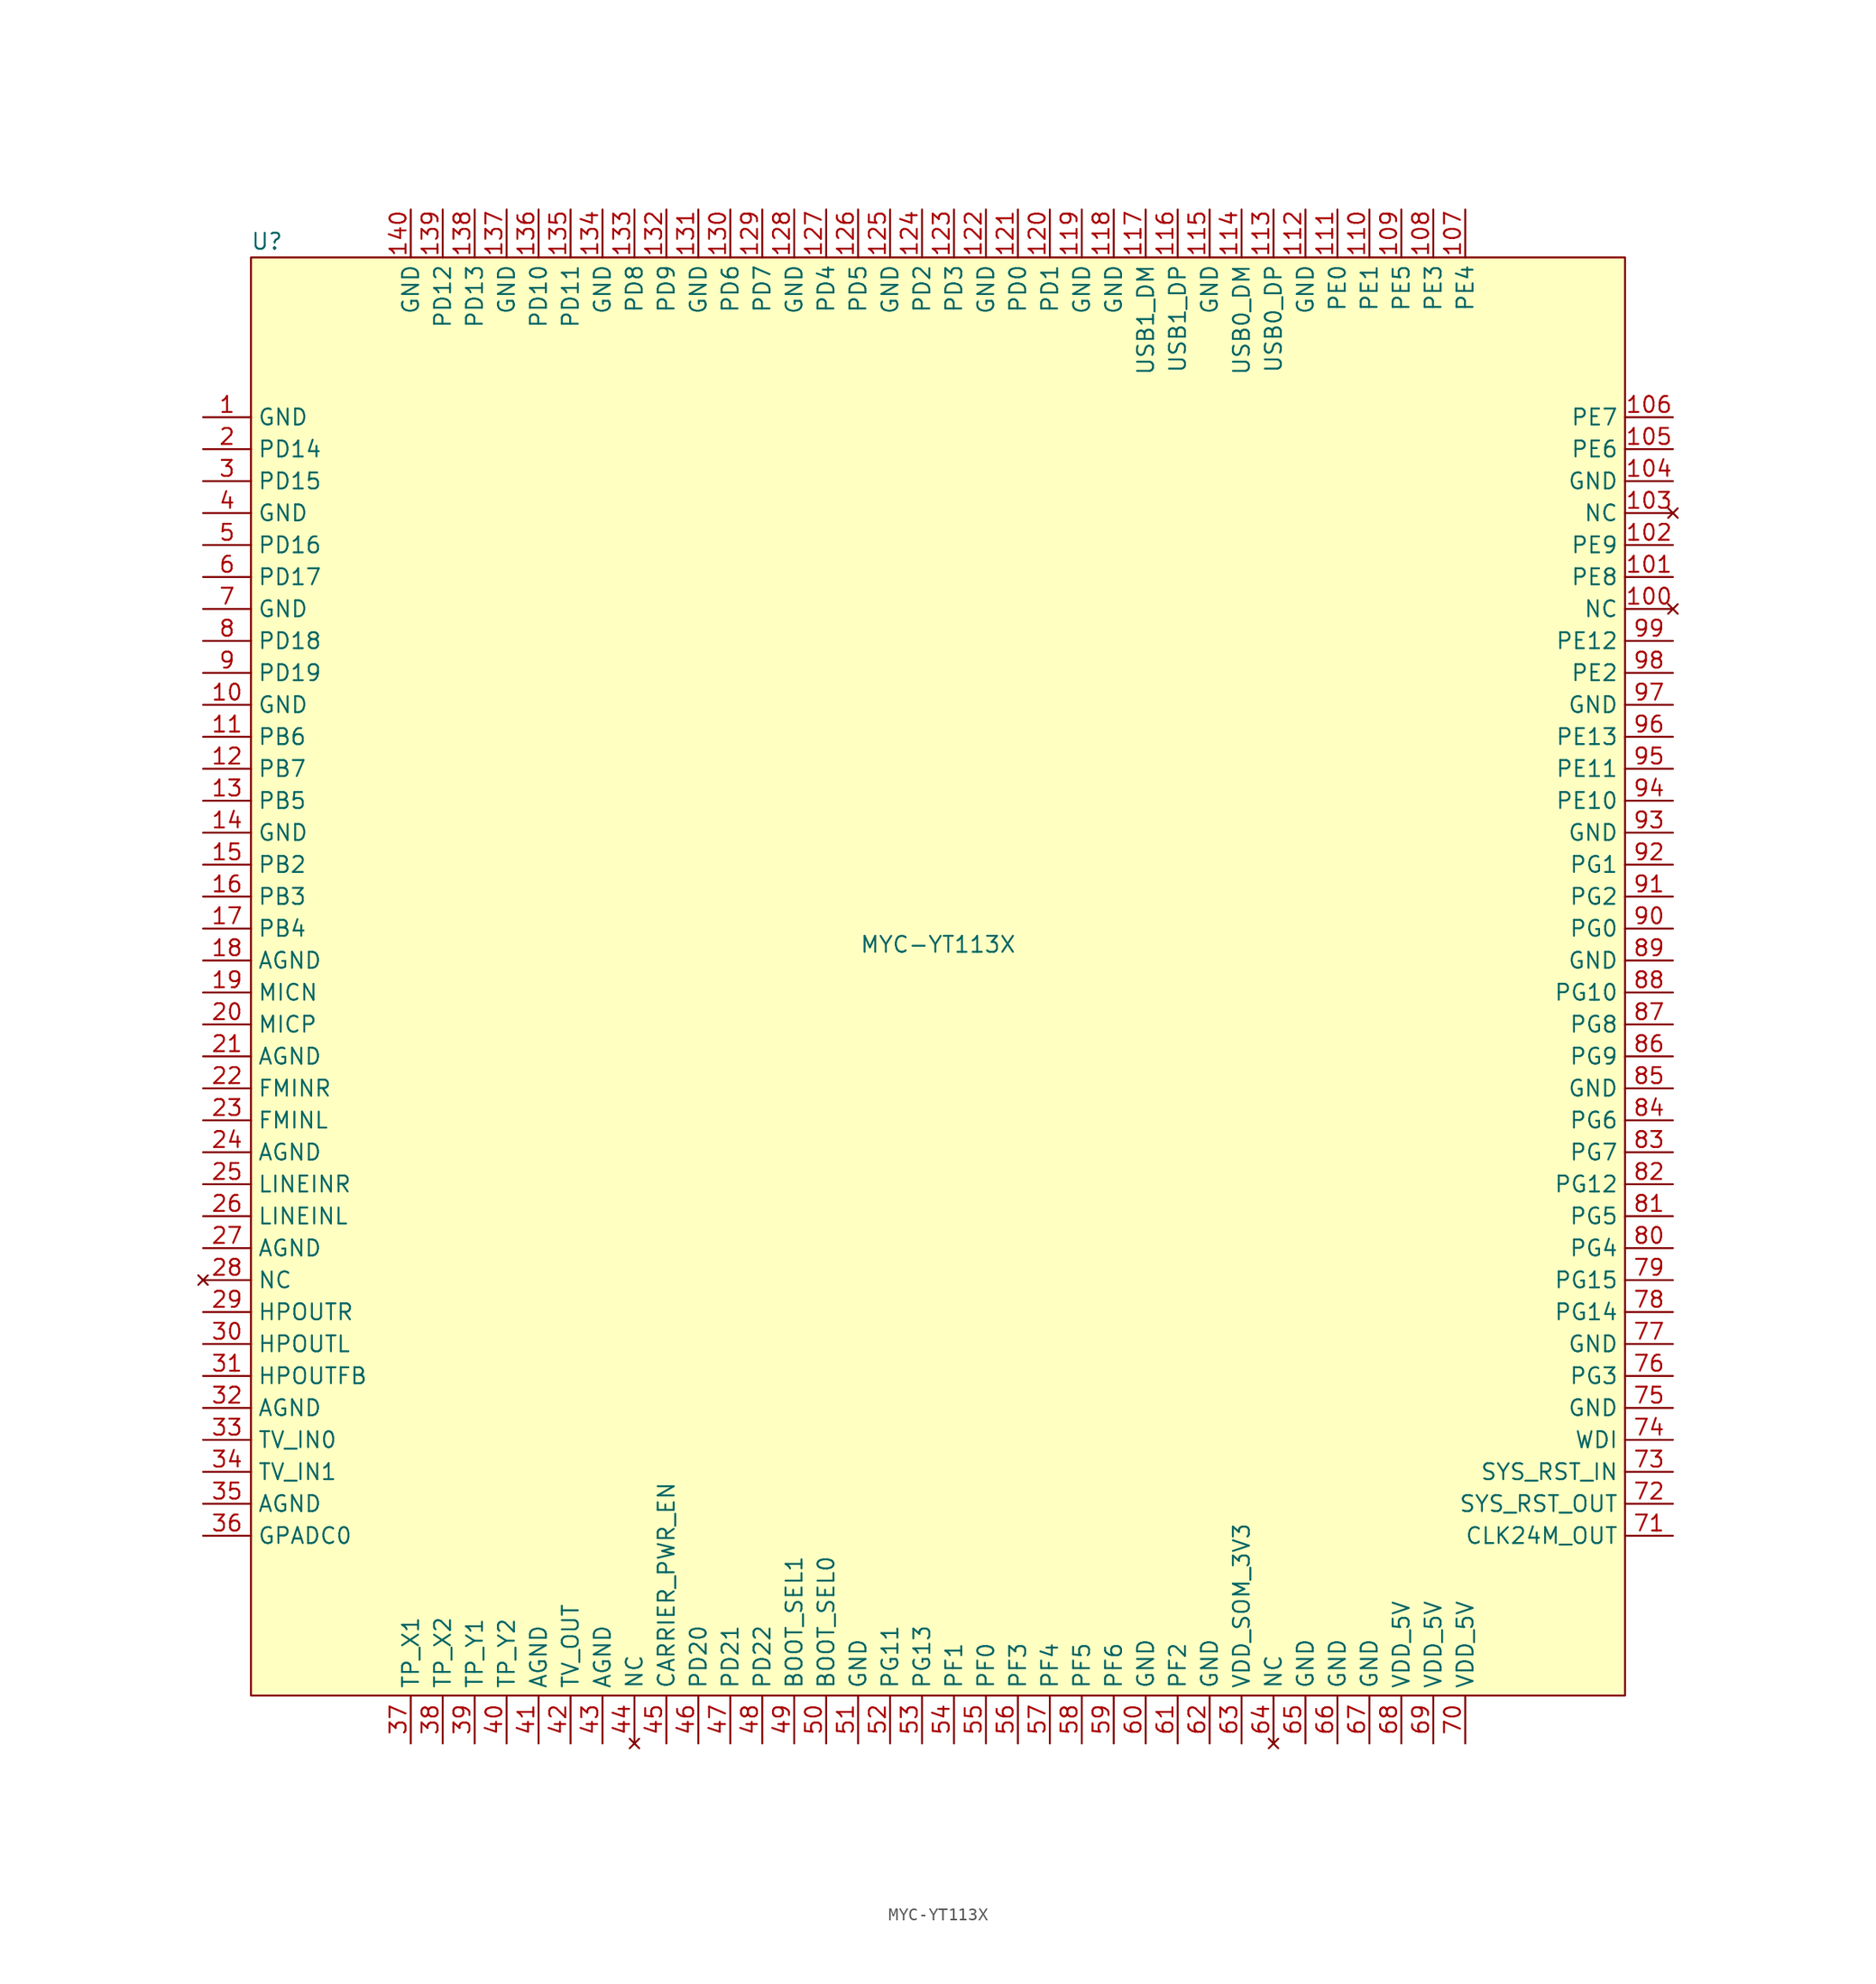
<source format=kicad_sym>
(kicad_symbol_lib
  (version 20241209)
  (generator "kicad_symbol_editor")
  (generator_version "9.0")
  (symbol "MYC-YT113X"
    (property "Reference" "U"
      (at 1.27 115.57 0)
      (effects (font (size 1.27 1.27))))
    (property "Value" "MYC-YT113X"
      (at 54.61 59.69 0)
      (effects (font (size 1.27 1.27))))
    (symbol "MYC-YT113X_0_1"
      (rectangle (start 0 114.3) (end 109.22 0) (stroke (width 0) (type default)) (fill (type background))))
    (symbol "MYC-YT113X_1_1"
      (pin power_in line (at -3.81 101.6 0) (length 3.81) (name "GND" (effects (font (size 1.27 1.27)))) (number "1" (effects (font (size 1.27 1.27)))))
      (pin bidirectional line (at -3.81 99.06 0) (length 3.81) (name "PD14" (effects (font (size 1.27 1.27)))) (number "2" (effects (font (size 1.27 1.27)))))
      (pin bidirectional line (at -3.81 96.52 0) (length 3.81) (name "PD15" (effects (font (size 1.27 1.27)))) (number "3" (effects (font (size 1.27 1.27)))))
      (pin power_in line (at -3.81 93.98 0) (length 3.81) (name "GND" (effects (font (size 1.27 1.27)))) (number "4" (effects (font (size 1.27 1.27)))))
      (pin bidirectional line (at -3.81 91.44 0) (length 3.81) (name "PD16" (effects (font (size 1.27 1.27)))) (number "5" (effects (font (size 1.27 1.27)))))
      (pin bidirectional line (at -3.81 88.9 0) (length 3.81) (name "PD17" (effects (font (size 1.27 1.27)))) (number "6" (effects (font (size 1.27 1.27)))))
      (pin power_in line (at -3.81 86.36 0) (length 3.81) (name "GND" (effects (font (size 1.27 1.27)))) (number "7" (effects (font (size 1.27 1.27)))))
      (pin bidirectional line (at -3.81 83.82 0) (length 3.81) (name "PD18" (effects (font (size 1.27 1.27)))) (number "8" (effects (font (size 1.27 1.27)))))
      (pin bidirectional line (at -3.81 81.28 0) (length 3.81) (name "PD19" (effects (font (size 1.27 1.27)))) (number "9" (effects (font (size 1.27 1.27)))))
      (pin power_in line (at -3.81 78.74 0) (length 3.81) (name "GND" (effects (font (size 1.27 1.27)))) (number "10" (effects (font (size 1.27 1.27)))))
      (pin bidirectional line (at -3.81 76.2 0) (length 3.81) (name "PB6" (effects (font (size 1.27 1.27)))) (number "11" (effects (font (size 1.27 1.27)))))
      (pin bidirectional line (at -3.81 73.66 0) (length 3.81) (name "PB7" (effects (font (size 1.27 1.27)))) (number "12" (effects (font (size 1.27 1.27)))))
      (pin bidirectional line (at -3.81 71.12 0) (length 3.81) (name "PB5" (effects (font (size 1.27 1.27)))) (number "13" (effects (font (size 1.27 1.27)))))
      (pin power_in line (at -3.81 68.58 0) (length 3.81) (name "GND" (effects (font (size 1.27 1.27)))) (number "14" (effects (font (size 1.27 1.27)))))
      (pin output line (at -3.81 66.04 0) (length 3.81) (name "PB2" (effects (font (size 1.27 1.27)))) (number "15" (effects (font (size 1.27 1.27)))))
      (pin input line (at -3.81 63.5 0) (length 3.81) (name "PB3" (effects (font (size 1.27 1.27)))) (number "16" (effects (font (size 1.27 1.27)))))
      (pin bidirectional line (at -3.81 60.96 0) (length 3.81) (name "PB4" (effects (font (size 1.27 1.27)))) (number "17" (effects (font (size 1.27 1.27)))))
      (pin power_in line (at -3.81 58.42 0) (length 3.81) (name "AGND" (effects (font (size 1.27 1.27)))) (number "18" (effects (font (size 1.27 1.27)))))
      (pin input line (at -3.81 55.88 0) (length 3.81) (name "MICN" (effects (font (size 1.27 1.27)))) (number "19" (effects (font (size 1.27 1.27)))))
      (pin input line (at -3.81 53.34 0) (length 3.81) (name "MICP" (effects (font (size 1.27 1.27)))) (number "20" (effects (font (size 1.27 1.27)))))
      (pin power_in line (at -3.81 50.8 0) (length 3.81) (name "AGND" (effects (font (size 1.27 1.27)))) (number "21" (effects (font (size 1.27 1.27)))))
      (pin input line (at -3.81 48.26 0) (length 3.81) (name "FMINR" (effects (font (size 1.27 1.27)))) (number "22" (effects (font (size 1.27 1.27)))))
      (pin input line (at -3.81 45.72 0) (length 3.81) (name "FMINL" (effects (font (size 1.27 1.27)))) (number "23" (effects (font (size 1.27 1.27)))))
      (pin power_in line (at -3.81 43.18 0) (length 3.81) (name "AGND" (effects (font (size 1.27 1.27)))) (number "24" (effects (font (size 1.27 1.27)))))
      (pin input line (at -3.81 40.64 0) (length 3.81) (name "LINEINR" (effects (font (size 1.27 1.27)))) (number "25" (effects (font (size 1.27 1.27)))))
      (pin input line (at -3.81 38.1 0) (length 3.81) (name "LINEINL" (effects (font (size 1.27 1.27)))) (number "26" (effects (font (size 1.27 1.27)))))
      (pin power_in line (at -3.81 35.56 0) (length 3.81) (name "AGND" (effects (font (size 1.27 1.27)))) (number "27" (effects (font (size 1.27 1.27)))))
      (pin no_connect line (at -3.81 33.02 0) (length 3.81) (name "NC" (effects (font (size 1.27 1.27)))) (number "28" (effects (font (size 1.27 1.27)))))
      (pin output line (at -3.81 30.48 0) (length 3.81) (name "HPOUTR" (effects (font (size 1.27 1.27)))) (number "29" (effects (font (size 1.27 1.27)))))
      (pin output line (at -3.81 27.94 0) (length 3.81) (name "HPOUTL" (effects (font (size 1.27 1.27)))) (number "30" (effects (font (size 1.27 1.27)))))
      (pin output line (at -3.81 25.4 0) (length 3.81) (name "HPOUTFB" (effects (font (size 1.27 1.27)))) (number "31" (effects (font (size 1.27 1.27)))))
      (pin power_in line (at -3.81 22.86 0) (length 3.81) (name "AGND" (effects (font (size 1.27 1.27)))) (number "32" (effects (font (size 1.27 1.27)))))
      (pin input line (at -3.81 20.32 0) (length 3.81) (name "TV_IN0" (effects (font (size 1.27 1.27)))) (number "33" (effects (font (size 1.27 1.27)))))
      (pin input line (at -3.81 17.78 0) (length 3.81) (name "TV_IN1" (effects (font (size 1.27 1.27)))) (number "34" (effects (font (size 1.27 1.27)))))
      (pin power_in line (at -3.81 15.24 0) (length 3.81) (name "AGND" (effects (font (size 1.27 1.27)))) (number "35" (effects (font (size 1.27 1.27)))))
      (pin input line (at -3.81 12.7 0) (length 3.81) (name "GPADC0" (effects (font (size 1.27 1.27)))) (number "36" (effects (font (size 1.27 1.27)))))
      (pin power_in line (at 12.7 118.11 270) (length 3.81) (name "GND" (effects (font (size 1.27 1.27)))) (number "140" (effects (font (size 1.27 1.27)))))
      (pin input line (at 12.7 -3.81 90) (length 3.81) (name "TP_X1" (effects (font (size 1.27 1.27)))) (number "37" (effects (font (size 1.27 1.27)))))
      (pin bidirectional line (at 15.24 118.11 270) (length 3.81) (name "PD12" (effects (font (size 1.27 1.27)))) (number "139" (effects (font (size 1.27 1.27)))))
      (pin input line (at 15.24 -3.81 90) (length 3.81) (name "TP_X2" (effects (font (size 1.27 1.27)))) (number "38" (effects (font (size 1.27 1.27)))))
      (pin bidirectional line (at 17.78 118.11 270) (length 3.81) (name "PD13" (effects (font (size 1.27 1.27)))) (number "138" (effects (font (size 1.27 1.27)))))
      (pin input line (at 17.78 -3.81 90) (length 3.81) (name "TP_Y1" (effects (font (size 1.27 1.27)))) (number "39" (effects (font (size 1.27 1.27)))))
      (pin power_in line (at 20.32 118.11 270) (length 3.81) (name "GND" (effects (font (size 1.27 1.27)))) (number "137" (effects (font (size 1.27 1.27)))))
      (pin input line (at 20.32 -3.81 90) (length 3.81) (name "TP_Y2" (effects (font (size 1.27 1.27)))) (number "40" (effects (font (size 1.27 1.27)))))
      (pin bidirectional line (at 22.86 118.11 270) (length 3.81) (name "PD10" (effects (font (size 1.27 1.27)))) (number "136" (effects (font (size 1.27 1.27)))))
      (pin power_in line (at 22.86 -3.81 90) (length 3.81) (name "AGND" (effects (font (size 1.27 1.27)))) (number "41" (effects (font (size 1.27 1.27)))))
      (pin bidirectional line (at 25.4 118.11 270) (length 3.81) (name "PD11" (effects (font (size 1.27 1.27)))) (number "135" (effects (font (size 1.27 1.27)))))
      (pin output line (at 25.4 -3.81 90) (length 3.81) (name "TV_OUT" (effects (font (size 1.27 1.27)))) (number "42" (effects (font (size 1.27 1.27)))))
      (pin power_in line (at 27.94 118.11 270) (length 3.81) (name "GND" (effects (font (size 1.27 1.27)))) (number "134" (effects (font (size 1.27 1.27)))))
      (pin power_in line (at 27.94 -3.81 90) (length 3.81) (name "AGND" (effects (font (size 1.27 1.27)))) (number "43" (effects (font (size 1.27 1.27)))))
      (pin bidirectional line (at 30.48 118.11 270) (length 3.81) (name "PD8" (effects (font (size 1.27 1.27)))) (number "133" (effects (font (size 1.27 1.27)))))
      (pin no_connect line (at 30.48 -3.81 90) (length 3.81) (name "NC" (effects (font (size 1.27 1.27)))) (number "44" (effects (font (size 1.27 1.27)))))
      (pin bidirectional line (at 33.02 118.11 270) (length 3.81) (name "PD9" (effects (font (size 1.27 1.27)))) (number "132" (effects (font (size 1.27 1.27)))))
      (pin output line (at 33.02 -3.81 90) (length 3.81) (name "CARRIER_PWR_EN" (effects (font (size 1.27 1.27)))) (number "45" (effects (font (size 1.27 1.27)))))
      (pin power_in line (at 35.56 118.11 270) (length 3.81) (name "GND" (effects (font (size 1.27 1.27)))) (number "131" (effects (font (size 1.27 1.27)))))
      (pin bidirectional line (at 35.56 -3.81 90) (length 3.81) (name "PD20" (effects (font (size 1.27 1.27)))) (number "46" (effects (font (size 1.27 1.27)))))
      (pin bidirectional line (at 38.1 118.11 270) (length 3.81) (name "PD6" (effects (font (size 1.27 1.27)))) (number "130" (effects (font (size 1.27 1.27)))))
      (pin bidirectional line (at 38.1 -3.81 90) (length 3.81) (name "PD21" (effects (font (size 1.27 1.27)))) (number "47" (effects (font (size 1.27 1.27)))))
      (pin bidirectional line (at 40.64 118.11 270) (length 3.81) (name "PD7" (effects (font (size 1.27 1.27)))) (number "129" (effects (font (size 1.27 1.27)))))
      (pin bidirectional line (at 40.64 -3.81 90) (length 3.81) (name "PD22" (effects (font (size 1.27 1.27)))) (number "48" (effects (font (size 1.27 1.27)))))
      (pin power_in line (at 43.18 118.11 270) (length 3.81) (name "GND" (effects (font (size 1.27 1.27)))) (number "128" (effects (font (size 1.27 1.27)))))
      (pin input line (at 43.18 -3.81 90) (length 3.81) (name "BOOT_SEL1" (effects (font (size 1.27 1.27)))) (number "49" (effects (font (size 1.27 1.27)))))
      (pin bidirectional line (at 45.72 118.11 270) (length 3.81) (name "PD4" (effects (font (size 1.27 1.27)))) (number "127" (effects (font (size 1.27 1.27)))))
      (pin input line (at 45.72 -3.81 90) (length 3.81) (name "BOOT_SEL0" (effects (font (size 1.27 1.27)))) (number "50" (effects (font (size 1.27 1.27)))))
      (pin bidirectional line (at 48.26 118.11 270) (length 3.81) (name "PD5" (effects (font (size 1.27 1.27)))) (number "126" (effects (font (size 1.27 1.27)))))
      (pin power_in line (at 48.26 -3.81 90) (length 3.81) (name "GND" (effects (font (size 1.27 1.27)))) (number "51" (effects (font (size 1.27 1.27)))))
      (pin power_in line (at 50.8 118.11 270) (length 3.81) (name "GND" (effects (font (size 1.27 1.27)))) (number "125" (effects (font (size 1.27 1.27)))))
      (pin bidirectional line (at 50.8 -3.81 90) (length 3.81) (name "PG11" (effects (font (size 1.27 1.27)))) (number "52" (effects (font (size 1.27 1.27)))))
      (pin bidirectional line (at 53.34 118.11 270) (length 3.81) (name "PD2" (effects (font (size 1.27 1.27)))) (number "124" (effects (font (size 1.27 1.27)))))
      (pin bidirectional line (at 53.34 -3.81 90) (length 3.81) (name "PG13" (effects (font (size 1.27 1.27)))) (number "53" (effects (font (size 1.27 1.27)))))
      (pin bidirectional line (at 55.88 118.11 270) (length 3.81) (name "PD3" (effects (font (size 1.27 1.27)))) (number "123" (effects (font (size 1.27 1.27)))))
      (pin bidirectional line (at 55.88 -3.81 90) (length 3.81) (name "PF1" (effects (font (size 1.27 1.27)))) (number "54" (effects (font (size 1.27 1.27)))))
      (pin power_in line (at 58.42 118.11 270) (length 3.81) (name "GND" (effects (font (size 1.27 1.27)))) (number "122" (effects (font (size 1.27 1.27)))))
      (pin bidirectional line (at 58.42 -3.81 90) (length 3.81) (name "PF0" (effects (font (size 1.27 1.27)))) (number "55" (effects (font (size 1.27 1.27)))))
      (pin bidirectional line (at 60.96 118.11 270) (length 3.81) (name "PD0" (effects (font (size 1.27 1.27)))) (number "121" (effects (font (size 1.27 1.27)))))
      (pin bidirectional line (at 60.96 -3.81 90) (length 3.81) (name "PF3" (effects (font (size 1.27 1.27)))) (number "56" (effects (font (size 1.27 1.27)))))
      (pin bidirectional line (at 63.5 118.11 270) (length 3.81) (name "PD1" (effects (font (size 1.27 1.27)))) (number "120" (effects (font (size 1.27 1.27)))))
      (pin bidirectional line (at 63.5 -3.81 90) (length 3.81) (name "PF4" (effects (font (size 1.27 1.27)))) (number "57" (effects (font (size 1.27 1.27)))))
      (pin power_in line (at 66.04 118.11 270) (length 3.81) (name "GND" (effects (font (size 1.27 1.27)))) (number "119" (effects (font (size 1.27 1.27)))))
      (pin bidirectional line (at 66.04 -3.81 90) (length 3.81) (name "PF5" (effects (font (size 1.27 1.27)))) (number "58" (effects (font (size 1.27 1.27)))))
      (pin power_in line (at 68.58 118.11 270) (length 3.81) (name "GND" (effects (font (size 1.27 1.27)))) (number "118" (effects (font (size 1.27 1.27)))))
      (pin bidirectional line (at 68.58 -3.81 90) (length 3.81) (name "PF6" (effects (font (size 1.27 1.27)))) (number "59" (effects (font (size 1.27 1.27)))))
      (pin bidirectional line (at 71.12 118.11 270) (length 3.81) (name "USB1_DM" (effects (font (size 1.27 1.27)))) (number "117" (effects (font (size 1.27 1.27)))))
      (pin power_in line (at 71.12 -3.81 90) (length 3.81) (name "GND" (effects (font (size 1.27 1.27)))) (number "60" (effects (font (size 1.27 1.27)))))
      (pin bidirectional line (at 73.66 118.11 270) (length 3.81) (name "USB1_DP" (effects (font (size 1.27 1.27)))) (number "116" (effects (font (size 1.27 1.27)))))
      (pin bidirectional line (at 73.66 -3.81 90) (length 3.81) (name "PF2" (effects (font (size 1.27 1.27)))) (number "61" (effects (font (size 1.27 1.27)))))
      (pin power_in line (at 76.2 118.11 270) (length 3.81) (name "GND" (effects (font (size 1.27 1.27)))) (number "115" (effects (font (size 1.27 1.27)))))
      (pin power_in line (at 76.2 -3.81 90) (length 3.81) (name "GND" (effects (font (size 1.27 1.27)))) (number "62" (effects (font (size 1.27 1.27)))))
      (pin bidirectional line (at 78.74 118.11 270) (length 3.81) (name "USB0_DM" (effects (font (size 1.27 1.27)))) (number "114" (effects (font (size 1.27 1.27)))))
      (pin power_out line (at 78.74 -3.81 90) (length 3.81) (name "VDD_SOM_3V3" (effects (font (size 1.27 1.27)))) (number "63" (effects (font (size 1.27 1.27)))))
      (pin bidirectional line (at 81.28 118.11 270) (length 3.81) (name "USB0_DP" (effects (font (size 1.27 1.27)))) (number "113" (effects (font (size 1.27 1.27)))))
      (pin no_connect line (at 81.28 -3.81 90) (length 3.81) (name "NC" (effects (font (size 1.27 1.27)))) (number "64" (effects (font (size 1.27 1.27)))))
      (pin power_in line (at 83.82 118.11 270) (length 3.81) (name "GND" (effects (font (size 1.27 1.27)))) (number "112" (effects (font (size 1.27 1.27)))))
      (pin power_in line (at 83.82 -3.81 90) (length 3.81) (name "GND" (effects (font (size 1.27 1.27)))) (number "65" (effects (font (size 1.27 1.27)))))
      (pin bidirectional line (at 86.36 118.11 270) (length 3.81) (name "PE0" (effects (font (size 1.27 1.27)))) (number "111" (effects (font (size 1.27 1.27)))))
      (pin power_in line (at 86.36 -3.81 90) (length 3.81) (name "GND" (effects (font (size 1.27 1.27)))) (number "66" (effects (font (size 1.27 1.27)))))
      (pin bidirectional line (at 88.9 118.11 270) (length 3.81) (name "PE1" (effects (font (size 1.27 1.27)))) (number "110" (effects (font (size 1.27 1.27)))))
      (pin power_in line (at 88.9 -3.81 90) (length 3.81) (name "GND" (effects (font (size 1.27 1.27)))) (number "67" (effects (font (size 1.27 1.27)))))
      (pin bidirectional line (at 91.44 118.11 270) (length 3.81) (name "PE5" (effects (font (size 1.27 1.27)))) (number "109" (effects (font (size 1.27 1.27)))))
      (pin power_in line (at 91.44 -3.81 90) (length 3.81) (name "VDD_5V" (effects (font (size 1.27 1.27)))) (number "68" (effects (font (size 1.27 1.27)))))
      (pin bidirectional line (at 93.98 118.11 270) (length 3.81) (name "PE3" (effects (font (size 1.27 1.27)))) (number "108" (effects (font (size 1.27 1.27)))))
      (pin power_in line (at 93.98 -3.81 90) (length 3.81) (name "VDD_5V" (effects (font (size 1.27 1.27)))) (number "69" (effects (font (size 1.27 1.27)))))
      (pin bidirectional line (at 96.52 118.11 270) (length 3.81) (name "PE4" (effects (font (size 1.27 1.27)))) (number "107" (effects (font (size 1.27 1.27)))))
      (pin power_in line (at 96.52 -3.81 90) (length 3.81) (name "VDD_5V" (effects (font (size 1.27 1.27)))) (number "70" (effects (font (size 1.27 1.27)))))
      (pin bidirectional line (at 113.03 101.6 180) (length 3.81) (name "PE7" (effects (font (size 1.27 1.27)))) (number "106" (effects (font (size 1.27 1.27)))))
      (pin bidirectional line (at 113.03 99.06 180) (length 3.81) (name "PE6" (effects (font (size 1.27 1.27)))) (number "105" (effects (font (size 1.27 1.27)))))
      (pin power_in line (at 113.03 96.52 180) (length 3.81) (name "GND" (effects (font (size 1.27 1.27)))) (number "104" (effects (font (size 1.27 1.27)))))
      (pin no_connect line (at 113.03 93.98 180) (length 3.81) (name "NC" (effects (font (size 1.27 1.27)))) (number "103" (effects (font (size 1.27 1.27)))))
      (pin bidirectional line (at 113.03 91.44 180) (length 3.81) (name "PE9" (effects (font (size 1.27 1.27)))) (number "102" (effects (font (size 1.27 1.27)))))
      (pin bidirectional line (at 113.03 88.9 180) (length 3.81) (name "PE8" (effects (font (size 1.27 1.27)))) (number "101" (effects (font (size 1.27 1.27)))))
      (pin no_connect line (at 113.03 86.36 180) (length 3.81) (name "NC" (effects (font (size 1.27 1.27)))) (number "100" (effects (font (size 1.27 1.27)))))
      (pin bidirectional line (at 113.03 83.82 180) (length 3.81) (name "PE12" (effects (font (size 1.27 1.27)))) (number "99" (effects (font (size 1.27 1.27)))))
      (pin bidirectional line (at 113.03 81.28 180) (length 3.81) (name "PE2" (effects (font (size 1.27 1.27)))) (number "98" (effects (font (size 1.27 1.27)))))
      (pin power_in line (at 113.03 78.74 180) (length 3.81) (name "GND" (effects (font (size 1.27 1.27)))) (number "97" (effects (font (size 1.27 1.27)))))
      (pin bidirectional line (at 113.03 76.2 180) (length 3.81) (name "PE13" (effects (font (size 1.27 1.27)))) (number "96" (effects (font (size 1.27 1.27)))))
      (pin bidirectional line (at 113.03 73.66 180) (length 3.81) (name "PE11" (effects (font (size 1.27 1.27)))) (number "95" (effects (font (size 1.27 1.27)))))
      (pin bidirectional line (at 113.03 71.12 180) (length 3.81) (name "PE10" (effects (font (size 1.27 1.27)))) (number "94" (effects (font (size 1.27 1.27)))))
      (pin power_in line (at 113.03 68.58 180) (length 3.81) (name "GND" (effects (font (size 1.27 1.27)))) (number "93" (effects (font (size 1.27 1.27)))))
      (pin bidirectional line (at 113.03 66.04 180) (length 3.81) (name "PG1" (effects (font (size 1.27 1.27)))) (number "92" (effects (font (size 1.27 1.27)))))
      (pin bidirectional line (at 113.03 63.5 180) (length 3.81) (name "PG2" (effects (font (size 1.27 1.27)))) (number "91" (effects (font (size 1.27 1.27)))))
      (pin bidirectional line (at 113.03 60.96 180) (length 3.81) (name "PG0" (effects (font (size 1.27 1.27)))) (number "90" (effects (font (size 1.27 1.27)))))
      (pin power_in line (at 113.03 58.42 180) (length 3.81) (name "GND" (effects (font (size 1.27 1.27)))) (number "89" (effects (font (size 1.27 1.27)))))
      (pin bidirectional line (at 113.03 55.88 180) (length 3.81) (name "PG10" (effects (font (size 1.27 1.27)))) (number "88" (effects (font (size 1.27 1.27)))))
      (pin bidirectional line (at 113.03 53.34 180) (length 3.81) (name "PG8" (effects (font (size 1.27 1.27)))) (number "87" (effects (font (size 1.27 1.27)))))
      (pin bidirectional line (at 113.03 50.8 180) (length 3.81) (name "PG9" (effects (font (size 1.27 1.27)))) (number "86" (effects (font (size 1.27 1.27)))))
      (pin power_in line (at 113.03 48.26 180) (length 3.81) (name "GND" (effects (font (size 1.27 1.27)))) (number "85" (effects (font (size 1.27 1.27)))))
      (pin bidirectional line (at 113.03 45.72 180) (length 3.81) (name "PG6" (effects (font (size 1.27 1.27)))) (number "84" (effects (font (size 1.27 1.27)))))
      (pin bidirectional line (at 113.03 43.18 180) (length 3.81) (name "PG7" (effects (font (size 1.27 1.27)))) (number "83" (effects (font (size 1.27 1.27)))))
      (pin bidirectional line (at 113.03 40.64 180) (length 3.81) (name "PG12" (effects (font (size 1.27 1.27)))) (number "82" (effects (font (size 1.27 1.27)))))
      (pin bidirectional line (at 113.03 38.1 180) (length 3.81) (name "PG5" (effects (font (size 1.27 1.27)))) (number "81" (effects (font (size 1.27 1.27)))))
      (pin bidirectional line (at 113.03 35.56 180) (length 3.81) (name "PG4" (effects (font (size 1.27 1.27)))) (number "80" (effects (font (size 1.27 1.27)))))
      (pin bidirectional line (at 113.03 33.02 180) (length 3.81) (name "PG15" (effects (font (size 1.27 1.27)))) (number "79" (effects (font (size 1.27 1.27)))))
      (pin bidirectional line (at 113.03 30.48 180) (length 3.81) (name "PG14" (effects (font (size 1.27 1.27)))) (number "78" (effects (font (size 1.27 1.27)))))
      (pin power_in line (at 113.03 27.94 180) (length 3.81) (name "GND" (effects (font (size 1.27 1.27)))) (number "77" (effects (font (size 1.27 1.27)))))
      (pin bidirectional line (at 113.03 25.4 180) (length 3.81) (name "PG3" (effects (font (size 1.27 1.27)))) (number "76" (effects (font (size 1.27 1.27)))))
      (pin power_in line (at 113.03 22.86 180) (length 3.81) (name "GND" (effects (font (size 1.27 1.27)))) (number "75" (effects (font (size 1.27 1.27)))))
      (pin input line (at 113.03 20.32 180) (length 3.81) (name "WDI" (effects (font (size 1.27 1.27)))) (number "74" (effects (font (size 1.27 1.27)))))
      (pin input line (at 113.03 17.78 180) (length 3.81) (name "SYS_RST_IN" (effects (font (size 1.27 1.27)))) (number "73" (effects (font (size 1.27 1.27)))))
      (pin output line (at 113.03 15.24 180) (length 3.81) (name "SYS_RST_OUT" (effects (font (size 1.27 1.27)))) (number "72" (effects (font (size 1.27 1.27)))))
      (pin output line (at 113.03 12.7 180) (length 3.81) (name "CLK24M_OUT" (effects (font (size 1.27 1.27)))) (number "71" (effects (font (size 1.27 1.27))))))))
</source>
